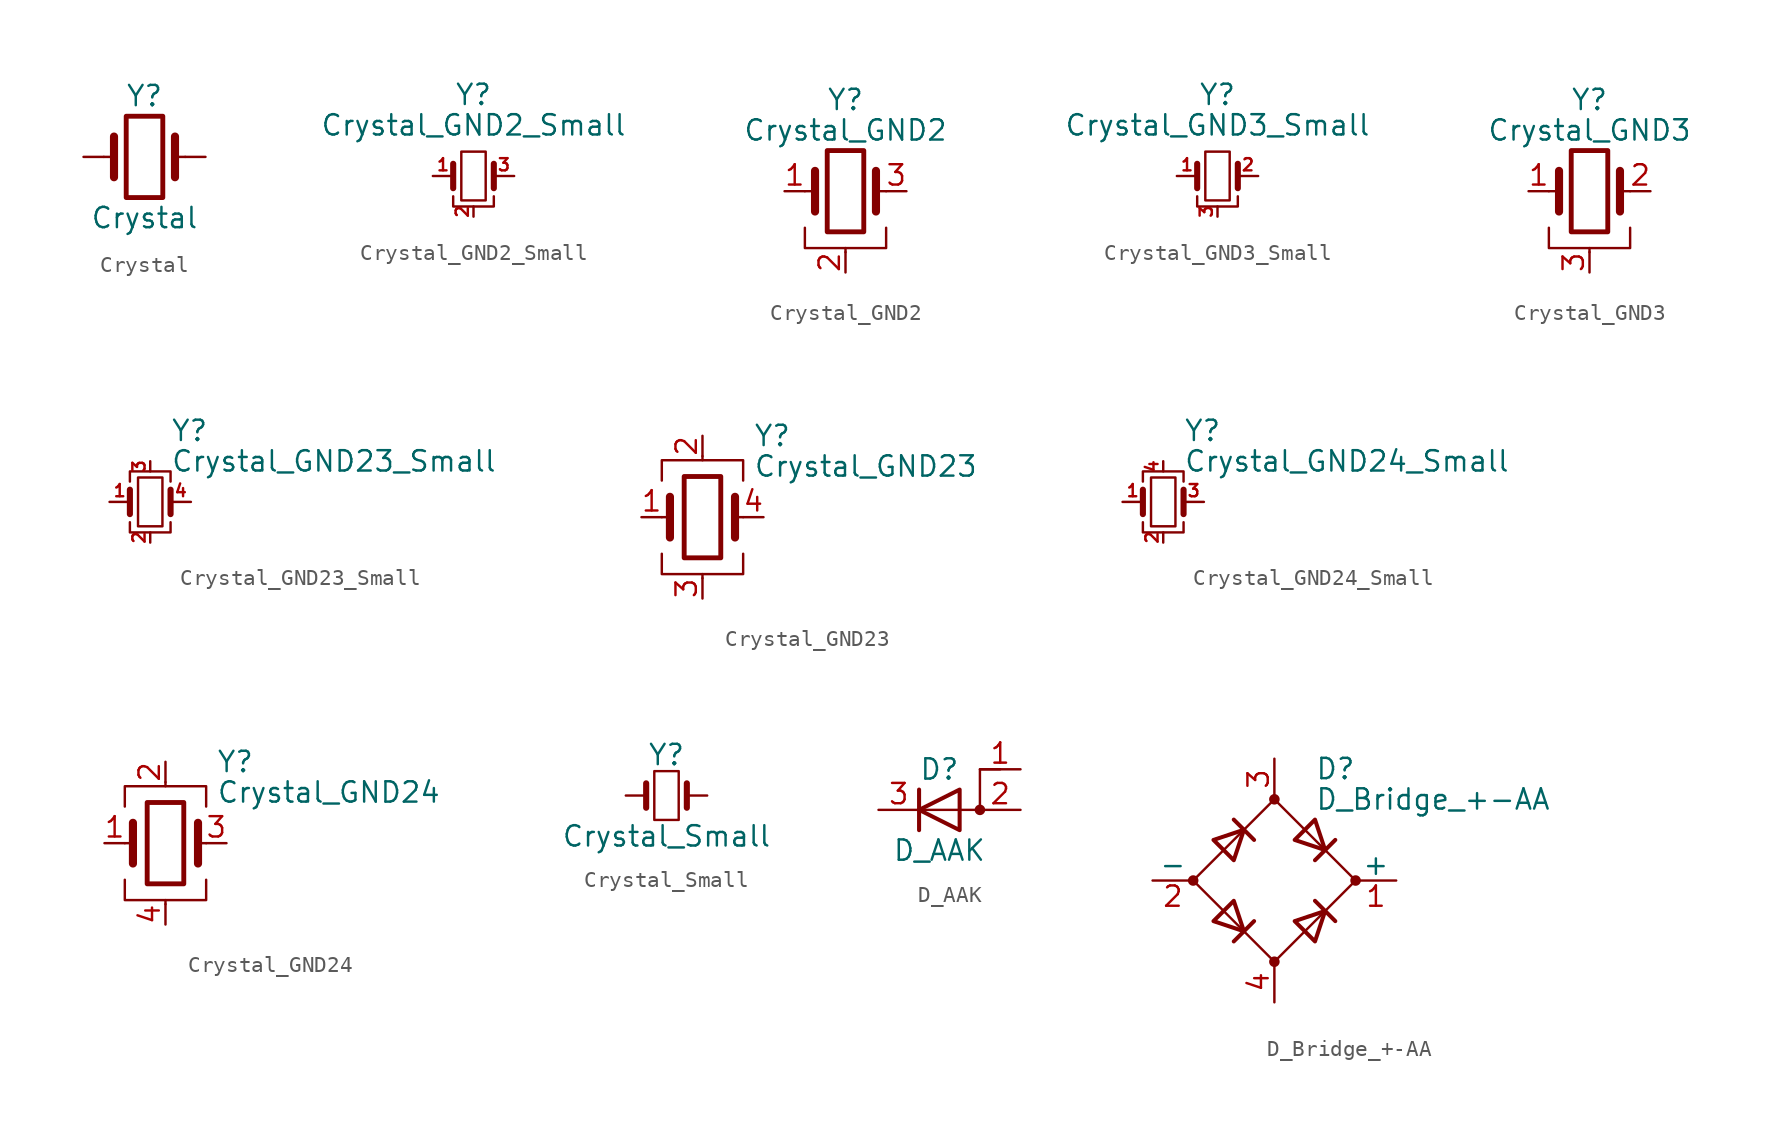
<source format=kicad_sym>
(kicad_symbol_lib
  (version 20241209)
  (generator "kicad_symbol_editor")
  (generator_version "9.0")
  (symbol "Crystal"
    (pin_numbers
      (hide yes))
    (pin_names
      (offset 1.016)
      (hide yes))
    (property "Reference" "Y"
      (at 0 3.81 0)
      (effects (font (size 1.27 1.27))))
    (property "Value" "Crystal"
      (at 0 -3.81 0)
      (effects (font (size 1.27 1.27))))
    (symbol "Crystal_0_1"
      (polyline (pts (xy -2.54 0) (xy -1.905 0)) (stroke (width 0) (type solid)) (fill (type none)))
      (polyline (pts (xy -1.905 -1.27) (xy -1.905 1.27)) (stroke (width 0.508) (type solid)) (fill (type none)))
      (rectangle (start -1.143 2.54) (end 1.143 -2.54) (stroke (width 0.305) (type solid)) (fill (type none)))
      (polyline (pts (xy 1.905 -1.27) (xy 1.905 1.27)) (stroke (width 0.508) (type solid)) (fill (type none)))
      (polyline (pts (xy 2.54 0) (xy 1.905 0)) (stroke (width 0) (type solid)) (fill (type none))))
    (symbol "Crystal_1_1"
      (pin passive line (at -3.81 0 0) (length 1.27) (name "1" (effects (font (size 1.27 1.27)))) (number "1" (effects (font (size 1.27 1.27)))))
      (pin passive line (at 3.81 0 180) (length 1.27) (name "2" (effects (font (size 1.27 1.27)))) (number "2" (effects (font (size 1.27 1.27)))))))
  (symbol "Crystal_GND2_Small"
    (pin_names
      (offset 1.016)
      (hide yes))
    (property "Reference" "Y"
      (at 0 5.08 0)
      (effects (font (size 1.27 1.27))))
    (property "Value" "Crystal_GND2_Small"
      (at 0 3.175 0)
      (effects (font (size 1.27 1.27))))
    (symbol "Crystal_GND2_Small_0_1"
      (polyline (pts (xy -1.27 -0.762) (xy -1.27 0.762)) (stroke (width 0.381) (type solid)) (fill (type none)))
      (polyline (pts (xy -1.27 -1.27) (xy -1.27 -1.905) (xy 1.27 -1.905) (xy 1.27 -1.27)) (stroke (width 0) (type solid)) (fill (type none)))
      (rectangle (start -0.762 -1.524) (end 0.762 1.524) (stroke (width 0) (type solid)) (fill (type none)))
      (polyline (pts (xy 1.27 -0.762) (xy 1.27 0.762)) (stroke (width 0.381) (type solid)) (fill (type none))))
    (symbol "Crystal_GND2_Small_1_1"
      (pin passive line (at -2.54 0 0) (length 1.27) (name "1" (effects (font (size 1.27 1.27)))) (number "1" (effects (font (size 0.762 0.762)))))
      (pin passive line (at 0 -2.54 90) (length 0.635) (name "2" (effects (font (size 1.27 1.27)))) (number "2" (effects (font (size 0.762 0.762)))))
      (pin passive line (at 2.54 0 180) (length 1.27) (name "3" (effects (font (size 1.27 1.27)))) (number "3" (effects (font (size 0.762 0.762)))))))
  (symbol "Crystal_GND2"
    (pin_names
      (offset 1.016)
      (hide yes))
    (property "Reference" "Y"
      (at 0 5.715 0)
      (effects (font (size 1.27 1.27))))
    (property "Value" "Crystal_GND2"
      (at 0 3.81 0)
      (effects (font (size 1.27 1.27))))
    (symbol "Crystal_GND2_0_1"
      (polyline (pts (xy -2.54 0) (xy -1.905 0)) (stroke (width 0) (type solid)) (fill (type none)))
      (polyline (pts (xy -2.54 -2.286) (xy -2.54 -3.556) (xy 2.54 -3.556) (xy 2.54 -2.286)) (stroke (width 0) (type solid)) (fill (type none)))
      (polyline (pts (xy -1.905 -1.27) (xy -1.905 1.27)) (stroke (width 0.508) (type solid)) (fill (type none)))
      (rectangle (start -1.143 2.54) (end 1.143 -2.54) (stroke (width 0.305) (type solid)) (fill (type none)))
      (polyline (pts (xy 0 -3.81) (xy 0 -3.556)) (stroke (width 0) (type solid)) (fill (type none)))
      (polyline (pts (xy 1.905 1.27) (xy 1.905 -1.27)) (stroke (width 0.508) (type solid)) (fill (type none)))
      (polyline (pts (xy 1.905 0) (xy 2.54 0)) (stroke (width 0) (type solid)) (fill (type none))))
    (symbol "Crystal_GND2_1_1"
      (pin passive line (at -3.81 0 0) (length 1.27) (name "1" (effects (font (size 1.27 1.27)))) (number "1" (effects (font (size 1.27 1.27)))))
      (pin passive line (at 0 -5.08 90) (length 1.27) (name "2" (effects (font (size 1.27 1.27)))) (number "2" (effects (font (size 1.27 1.27)))))
      (pin passive line (at 3.81 0 180) (length 1.27) (name "3" (effects (font (size 1.27 1.27)))) (number "3" (effects (font (size 1.27 1.27)))))))
  (symbol "Crystal_GND3_Small"
    (pin_names
      (offset 1.016)
      (hide yes))
    (property "Reference" "Y"
      (at 0 5.08 0)
      (effects (font (size 1.27 1.27))))
    (property "Value" "Crystal_GND3_Small"
      (at 0 3.175 0)
      (effects (font (size 1.27 1.27))))
    (symbol "Crystal_GND3_Small_0_1"
      (polyline (pts (xy -1.27 -0.762) (xy -1.27 0.762)) (stroke (width 0.381) (type solid)) (fill (type none)))
      (polyline (pts (xy -1.27 -1.27) (xy -1.27 -1.905) (xy 1.27 -1.905) (xy 1.27 -1.27)) (stroke (width 0) (type solid)) (fill (type none)))
      (rectangle (start -0.762 -1.524) (end 0.762 1.524) (stroke (width 0) (type solid)) (fill (type none)))
      (polyline (pts (xy 1.27 -0.762) (xy 1.27 0.762)) (stroke (width 0.381) (type solid)) (fill (type none))))
    (symbol "Crystal_GND3_Small_1_1"
      (pin passive line (at -2.54 0 0) (length 1.27) (name "1" (effects (font (size 1.27 1.27)))) (number "1" (effects (font (size 0.762 0.762)))))
      (pin passive line (at 0 -2.54 90) (length 0.635) (name "3" (effects (font (size 1.27 1.27)))) (number "3" (effects (font (size 0.762 0.762)))))
      (pin passive line (at 2.54 0 180) (length 1.27) (name "2" (effects (font (size 1.27 1.27)))) (number "2" (effects (font (size 0.762 0.762)))))))
  (symbol "Crystal_GND3"
    (pin_names
      (offset 1.016)
      (hide yes))
    (property "Reference" "Y"
      (at 0 5.715 0)
      (effects (font (size 1.27 1.27))))
    (property "Value" "Crystal_GND3"
      (at 0 3.81 0)
      (effects (font (size 1.27 1.27))))
    (symbol "Crystal_GND3_0_1"
      (polyline (pts (xy -2.54 0) (xy -1.905 0)) (stroke (width 0) (type solid)) (fill (type none)))
      (polyline (pts (xy -2.54 -2.286) (xy -2.54 -3.556) (xy 2.54 -3.556) (xy 2.54 -2.286)) (stroke (width 0) (type solid)) (fill (type none)))
      (polyline (pts (xy -1.905 -1.27) (xy -1.905 1.27)) (stroke (width 0.508) (type solid)) (fill (type none)))
      (rectangle (start -1.143 2.54) (end 1.143 -2.54) (stroke (width 0.305) (type solid)) (fill (type none)))
      (polyline (pts (xy 0 -3.81) (xy 0 -3.556)) (stroke (width 0) (type solid)) (fill (type none)))
      (polyline (pts (xy 1.905 1.27) (xy 1.905 -1.27)) (stroke (width 0.508) (type solid)) (fill (type none)))
      (polyline (pts (xy 1.905 0) (xy 2.54 0)) (stroke (width 0) (type solid)) (fill (type none))))
    (symbol "Crystal_GND3_1_1"
      (pin passive line (at -3.81 0 0) (length 1.27) (name "1" (effects (font (size 1.27 1.27)))) (number "1" (effects (font (size 1.27 1.27)))))
      (pin passive line (at 0 -5.08 90) (length 1.27) (name "3" (effects (font (size 1.27 1.27)))) (number "3" (effects (font (size 1.27 1.27)))))
      (pin passive line (at 3.81 0 180) (length 1.27) (name "2" (effects (font (size 1.27 1.27)))) (number "2" (effects (font (size 1.27 1.27)))))))
  (symbol "Crystal_GND23_Small"
    (pin_names
      (offset 1.016)
      (hide yes))
    (property "Reference" "Y"
      (at 1.27 4.445 0)
      (effects (font (size 1.27 1.27)) (justify left)))
    (property "Value" "Crystal_GND23_Small"
      (at 1.27 2.54 0)
      (effects (font (size 1.27 1.27)) (justify left)))
    (symbol "Crystal_GND23_Small_0_1"
      (polyline (pts (xy -1.27 1.27) (xy -1.27 1.905) (xy 1.27 1.905) (xy 1.27 1.27)) (stroke (width 0) (type solid)) (fill (type none)))
      (polyline (pts (xy -1.27 -0.762) (xy -1.27 0.762)) (stroke (width 0.381) (type solid)) (fill (type none)))
      (polyline (pts (xy -1.27 -1.27) (xy -1.27 -1.905) (xy 1.27 -1.905) (xy 1.27 -1.27)) (stroke (width 0) (type solid)) (fill (type none)))
      (rectangle (start -0.762 -1.524) (end 0.762 1.524) (stroke (width 0) (type solid)) (fill (type none)))
      (polyline (pts (xy 1.27 -0.762) (xy 1.27 0.762)) (stroke (width 0.381) (type solid)) (fill (type none))))
    (symbol "Crystal_GND23_Small_1_1"
      (pin passive line (at -2.54 0 0) (length 1.27) (name "1" (effects (font (size 1.27 1.27)))) (number "1" (effects (font (size 0.762 0.762)))))
      (pin passive line (at 0 2.54 270) (length 0.635) (name "3" (effects (font (size 1.27 1.27)))) (number "3" (effects (font (size 0.762 0.762)))))
      (pin passive line (at 0 -2.54 90) (length 0.635) (name "2" (effects (font (size 1.27 1.27)))) (number "2" (effects (font (size 0.762 0.762)))))
      (pin passive line (at 2.54 0 180) (length 1.27) (name "4" (effects (font (size 1.27 1.27)))) (number "4" (effects (font (size 0.762 0.762)))))))
  (symbol "Crystal_GND23"
    (pin_names
      (offset 1.016)
      (hide yes))
    (property "Reference" "Y"
      (at 3.175 5.08 0)
      (effects (font (size 1.27 1.27)) (justify left)))
    (property "Value" "Crystal_GND23"
      (at 3.175 3.175 0)
      (effects (font (size 1.27 1.27)) (justify left)))
    (symbol "Crystal_GND23_0_1"
      (polyline (pts (xy -2.54 2.286) (xy -2.54 3.556) (xy 2.54 3.556) (xy 2.54 2.286)) (stroke (width 0) (type solid)) (fill (type none)))
      (polyline (pts (xy -2.54 0) (xy -2.032 0)) (stroke (width 0) (type solid)) (fill (type none)))
      (polyline (pts (xy -2.54 -2.286) (xy -2.54 -3.556) (xy 2.54 -3.556) (xy 2.54 -2.286)) (stroke (width 0) (type solid)) (fill (type none)))
      (polyline (pts (xy -2.032 -1.27) (xy -2.032 1.27)) (stroke (width 0.508) (type solid)) (fill (type none)))
      (rectangle (start -1.143 2.54) (end 1.143 -2.54) (stroke (width 0.305) (type solid)) (fill (type none)))
      (polyline (pts (xy 0 3.556) (xy 0 3.81)) (stroke (width 0) (type solid)) (fill (type none)))
      (polyline (pts (xy 0 -3.81) (xy 0 -3.556)) (stroke (width 0) (type solid)) (fill (type none)))
      (polyline (pts (xy 2.032 0) (xy 2.54 0)) (stroke (width 0) (type solid)) (fill (type none)))
      (polyline (pts (xy 2.032 -1.27) (xy 2.032 1.27)) (stroke (width 0.508) (type solid)) (fill (type none))))
    (symbol "Crystal_GND23_1_1"
      (pin passive line (at -3.81 0 0) (length 1.27) (name "1" (effects (font (size 1.27 1.27)))) (number "1" (effects (font (size 1.27 1.27)))))
      (pin passive line (at 0 5.08 270) (length 1.27) (name "2" (effects (font (size 1.27 1.27)))) (number "2" (effects (font (size 1.27 1.27)))))
      (pin passive line (at 0 -5.08 90) (length 1.27) (name "3" (effects (font (size 1.27 1.27)))) (number "3" (effects (font (size 1.27 1.27)))))
      (pin passive line (at 3.81 0 180) (length 1.27) (name "4" (effects (font (size 1.27 1.27)))) (number "4" (effects (font (size 1.27 1.27)))))))
  (symbol "Crystal_GND24_Small"
    (pin_names
      (offset 1.016)
      (hide yes))
    (property "Reference" "Y"
      (at 1.27 4.445 0)
      (effects (font (size 1.27 1.27)) (justify left)))
    (property "Value" "Crystal_GND24_Small"
      (at 1.27 2.54 0)
      (effects (font (size 1.27 1.27)) (justify left)))
    (symbol "Crystal_GND24_Small_0_1"
      (polyline (pts (xy -1.27 1.27) (xy -1.27 1.905) (xy 1.27 1.905) (xy 1.27 1.27)) (stroke (width 0) (type solid)) (fill (type none)))
      (polyline (pts (xy -1.27 -0.762) (xy -1.27 0.762)) (stroke (width 0.381) (type solid)) (fill (type none)))
      (polyline (pts (xy -1.27 -1.27) (xy -1.27 -1.905) (xy 1.27 -1.905) (xy 1.27 -1.27)) (stroke (width 0) (type solid)) (fill (type none)))
      (rectangle (start -0.762 -1.524) (end 0.762 1.524) (stroke (width 0) (type solid)) (fill (type none)))
      (polyline (pts (xy 1.27 -0.762) (xy 1.27 0.762)) (stroke (width 0.381) (type solid)) (fill (type none))))
    (symbol "Crystal_GND24_Small_1_1"
      (pin passive line (at -2.54 0 0) (length 1.27) (name "1" (effects (font (size 1.27 1.27)))) (number "1" (effects (font (size 0.762 0.762)))))
      (pin passive line (at 0 2.54 270) (length 0.635) (name "4" (effects (font (size 1.27 1.27)))) (number "4" (effects (font (size 0.762 0.762)))))
      (pin passive line (at 0 -2.54 90) (length 0.635) (name "2" (effects (font (size 1.27 1.27)))) (number "2" (effects (font (size 0.762 0.762)))))
      (pin passive line (at 2.54 0 180) (length 1.27) (name "3" (effects (font (size 1.27 1.27)))) (number "3" (effects (font (size 0.762 0.762)))))))
  (symbol "Crystal_GND24"
    (pin_names
      (offset 1.016)
      (hide yes))
    (property "Reference" "Y"
      (at 3.175 5.08 0)
      (effects (font (size 1.27 1.27)) (justify left)))
    (property "Value" "Crystal_GND24"
      (at 3.175 3.175 0)
      (effects (font (size 1.27 1.27)) (justify left)))
    (symbol "Crystal_GND24_0_1"
      (polyline (pts (xy -2.54 2.286) (xy -2.54 3.556) (xy 2.54 3.556) (xy 2.54 2.286)) (stroke (width 0) (type solid)) (fill (type none)))
      (polyline (pts (xy -2.54 0) (xy -2.032 0)) (stroke (width 0) (type solid)) (fill (type none)))
      (polyline (pts (xy -2.54 -2.286) (xy -2.54 -3.556) (xy 2.54 -3.556) (xy 2.54 -2.286)) (stroke (width 0) (type solid)) (fill (type none)))
      (polyline (pts (xy -2.032 -1.27) (xy -2.032 1.27)) (stroke (width 0.508) (type solid)) (fill (type none)))
      (rectangle (start -1.143 2.54) (end 1.143 -2.54) (stroke (width 0.305) (type solid)) (fill (type none)))
      (polyline (pts (xy 0 3.556) (xy 0 3.81)) (stroke (width 0) (type solid)) (fill (type none)))
      (polyline (pts (xy 0 -3.81) (xy 0 -3.556)) (stroke (width 0) (type solid)) (fill (type none)))
      (polyline (pts (xy 2.032 0) (xy 2.54 0)) (stroke (width 0) (type solid)) (fill (type none)))
      (polyline (pts (xy 2.032 -1.27) (xy 2.032 1.27)) (stroke (width 0.508) (type solid)) (fill (type none))))
    (symbol "Crystal_GND24_1_1"
      (pin passive line (at -3.81 0 0) (length 1.27) (name "1" (effects (font (size 1.27 1.27)))) (number "1" (effects (font (size 1.27 1.27)))))
      (pin passive line (at 0 5.08 270) (length 1.27) (name "2" (effects (font (size 1.27 1.27)))) (number "2" (effects (font (size 1.27 1.27)))))
      (pin passive line (at 0 -5.08 90) (length 1.27) (name "4" (effects (font (size 1.27 1.27)))) (number "4" (effects (font (size 1.27 1.27)))))
      (pin passive line (at 3.81 0 180) (length 1.27) (name "3" (effects (font (size 1.27 1.27)))) (number "3" (effects (font (size 1.27 1.27)))))))
  (symbol "Crystal_Small"
    (pin_numbers
      (hide yes))
    (pin_names
      (offset 1.016)
      (hide yes))
    (property "Reference" "Y"
      (at 0 2.54 0)
      (effects (font (size 1.27 1.27))))
    (property "Value" "Crystal_Small"
      (at 0 -2.54 0)
      (effects (font (size 1.27 1.27))))
    (symbol "Crystal_Small_0_1"
      (polyline (pts (xy -1.27 -0.762) (xy -1.27 0.762)) (stroke (width 0.381) (type solid)) (fill (type none)))
      (rectangle (start -0.762 -1.524) (end 0.762 1.524) (stroke (width 0) (type solid)) (fill (type none)))
      (polyline (pts (xy 1.27 -0.762) (xy 1.27 0.762)) (stroke (width 0.381) (type solid)) (fill (type none))))
    (symbol "Crystal_Small_1_1"
      (pin passive line (at -2.54 0 0) (length 1.27) (name "1" (effects (font (size 1.27 1.27)))) (number "1" (effects (font (size 1.27 1.27)))))
      (pin passive line (at 2.54 0 180) (length 1.27) (name "2" (effects (font (size 1.27 1.27)))) (number "2" (effects (font (size 1.27 1.27)))))))
  (symbol "D_AAK"
    (pin_names
      (offset 0)
      (hide yes))
    (property "Reference" "D"
      (at 0 2.54 0)
      (effects (font (size 1.27 1.27))))
    (property "Value" "D_AAK"
      (at 0 -2.54 0)
      (effects (font (size 1.27 1.27))))
    (symbol "D_AAK_0_1"
      (polyline (pts (xy -1.27 1.27) (xy -1.27 -1.27)) (stroke (width 0.254) (type solid)) (fill (type none)))
      (polyline (pts (xy 1.27 1.27) (xy 1.27 -1.27) (xy -1.27 0) (xy 1.27 1.27)) (stroke (width 0.254) (type solid)) (fill (type none)))
      (circle (center 2.54 0) (radius 0.254) (stroke (width 0) (type solid)) (fill (type outline)))
      (polyline (pts (xy 3.81 2.54) (xy 2.54 2.54) (xy 2.54 0) (xy -1.27 0)) (stroke (width 0) (type solid)) (fill (type none))))
    (symbol "D_AAK_1_1"
      (pin passive line (at -3.81 0 0) (length 2.54) (name "K" (effects (font (size 1.27 1.27)))) (number "3" (effects (font (size 1.27 1.27)))))
      (pin passive line (at 5.08 2.54 180) (length 2.54) (name "A" (effects (font (size 1.27 1.27)))) (number "1" (effects (font (size 1.27 1.27)))))
      (pin passive line (at 5.08 0 180) (length 2.54) (name "A" (effects (font (size 1.27 1.27)))) (number "2" (effects (font (size 1.27 1.27)))))))
  (symbol "D_Bridge_+-AA"
    (pin_names
      (offset 0))
    (property "Reference" "D"
      (at 2.54 6.985 0)
      (effects (font (size 1.27 1.27)) (justify left)))
    (property "Value" "D_Bridge_+-AA"
      (at 2.54 5.08 0)
      (effects (font (size 1.27 1.27)) (justify left)))
    (symbol "D_Bridge_+-AA_0_1"
      (circle (center -5.08 0) (radius 0.254) (stroke (width 0) (type solid)) (fill (type outline)))
      (polyline (pts (xy -5.08 0) (xy 0 -5.08) (xy 5.08 0) (xy 0 5.08) (xy -5.08 0)) (stroke (width 0) (type solid)) (fill (type none)))
      (polyline (pts (xy -3.81 2.54) (xy -2.54 1.27) (xy -1.905 3.175) (xy -3.81 2.54)) (stroke (width 0.254) (type solid)) (fill (type none)))
      (polyline (pts (xy -2.54 3.81) (xy -1.27 2.54)) (stroke (width 0.254) (type solid)) (fill (type none)))
      (polyline (pts (xy -2.54 -1.27) (xy -3.81 -2.54) (xy -1.905 -3.175) (xy -2.54 -1.27)) (stroke (width 0.254) (type solid)) (fill (type none)))
      (polyline (pts (xy -1.27 -2.54) (xy -2.54 -3.81)) (stroke (width 0.254) (type solid)) (fill (type none)))
      (circle (center 0 5.08) (radius 0.254) (stroke (width 0) (type solid)) (fill (type outline)))
      (circle (center 0 -5.08) (radius 0.254) (stroke (width 0) (type solid)) (fill (type outline)))
      (polyline (pts (xy 1.27 2.54) (xy 2.54 3.81) (xy 3.175 1.905) (xy 1.27 2.54)) (stroke (width 0.254) (type solid)) (fill (type none)))
      (polyline (pts (xy 2.54 1.27) (xy 3.81 2.54)) (stroke (width 0.254) (type solid)) (fill (type none)))
      (polyline (pts (xy 2.54 -1.27) (xy 3.81 -2.54)) (stroke (width 0.254) (type solid)) (fill (type none)))
      (polyline (pts (xy 3.175 -1.905) (xy 1.27 -2.54) (xy 2.54 -3.81) (xy 3.175 -1.905)) (stroke (width 0.254) (type solid)) (fill (type none)))
      (circle (center 5.08 0) (radius 0.254) (stroke (width 0) (type solid)) (fill (type outline))))
    (symbol "D_Bridge_+-AA_1_1"
      (pin passive line (at -7.62 0 0) (length 2.54) (name "-" (effects (font (size 1.27 1.27)))) (number "2" (effects (font (size 1.27 1.27)))))
      (pin passive line (at 0 7.62 270) (length 2.54) (name "~" (effects (font (size 1.27 1.27)))) (number "3" (effects (font (size 1.27 1.27)))))
      (pin passive line (at 0 -7.62 90) (length 2.54) (name "~" (effects (font (size 1.27 1.27)))) (number "4" (effects (font (size 1.27 1.27)))))
      (pin passive line (at 7.62 0 180) (length 2.54) (name "+" (effects (font (size 1.27 1.27)))) (number "1" (effects (font (size 1.27 1.27))))))))
</source>
